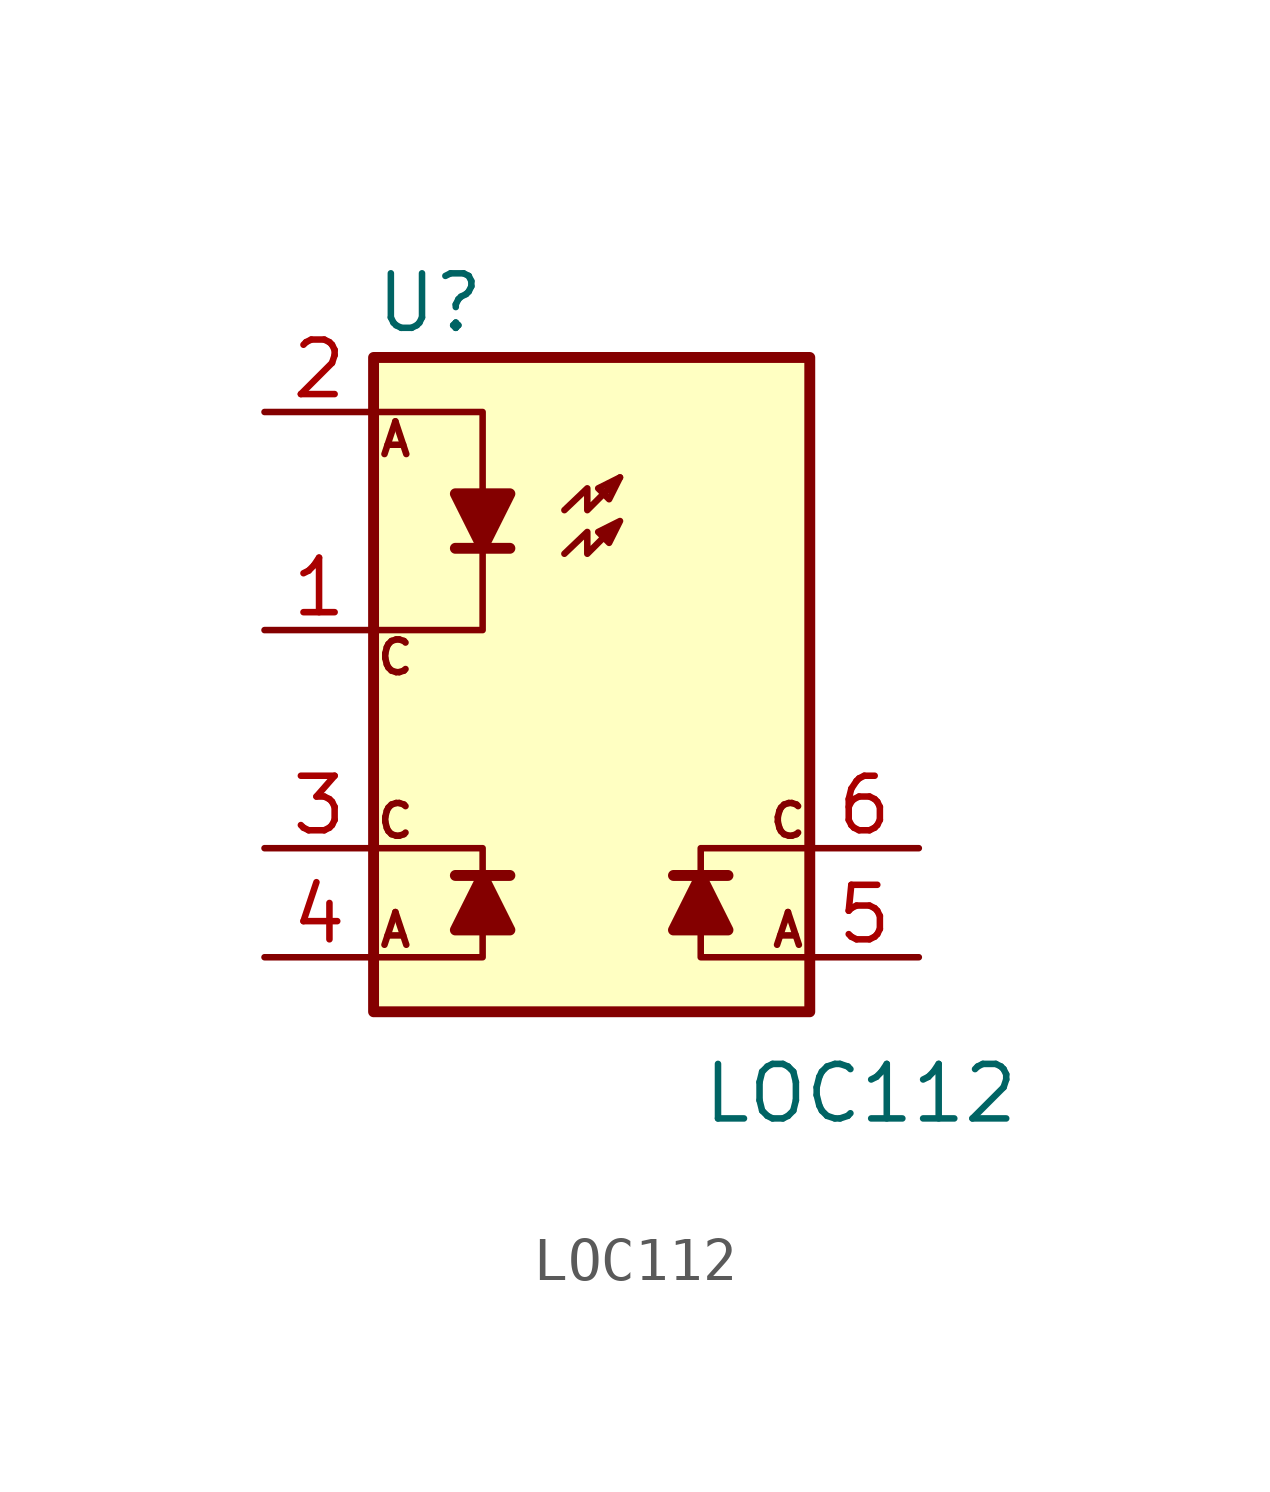
<source format=kicad_sym>
(kicad_symbol_lib
  (version 20220914)
  (generator kicad_symbol_editor)
  (symbol "LOC112"
    (pin_names
      (offset 1.016))
    (property "Reference" "U"
      (at -5.08 8.89 0)
      (effects (font (size 1.27 1.27)) (justify left)))
    (property "Value" "LOC112"
      (at 2.54 -9.525 0)
      (effects (font (size 1.27 1.27)) (justify left)))
    (symbol "LOC112_0_0"
      (text "A" (at -4.572 -5.715 0) (effects (font (size 0.762 0.762))))
      (text "A" (at -4.572 5.715 0) (effects (font (size 0.762 0.762))))
      (text "A" (at 4.572 -5.715 0) (effects (font (size 0.762 0.762))))
      (text "C" (at -4.572 -3.175 0) (effects (font (size 0.762 0.762))))
      (text "C" (at -4.572 0.635 0) (effects (font (size 0.762 0.762))))
      (text "C" (at 4.572 -3.175 0) (effects (font (size 0.762 0.762)))))
    (symbol "LOC112_0_1"
      (rectangle (start -5.08 7.62) (end 5.08 -7.62) (stroke (width 0.254) (type solid)) (fill (type background)))
      (polyline (pts (xy -3.175 3.175) (xy -1.905 3.175)) (stroke (width 0.254) (type solid)) (fill (type none)))
      (polyline (pts (xy -1.905 -4.445) (xy -3.175 -4.445)) (stroke (width 0.254) (type solid)) (fill (type none)))
      (polyline (pts (xy 1.905 -4.445) (xy 3.175 -4.445)) (stroke (width 0.254) (type solid)) (fill (type none)))
      (polyline (pts (xy -5.08 -6.35) (xy -2.54 -6.35) (xy -2.54 -5.715)) (stroke (width 0) (type solid)) (fill (type none)))
      (polyline (pts (xy -5.08 -3.81) (xy -2.54 -3.81) (xy -2.54 -4.445)) (stroke (width 0) (type solid)) (fill (type none)))
      (polyline (pts (xy -5.08 6.35) (xy -2.54 6.35) (xy -2.54 4.445)) (stroke (width 0) (type solid)) (fill (type none)))
      (polyline (pts (xy -2.54 3.175) (xy -2.54 1.27) (xy -5.08 1.27)) (stroke (width 0) (type solid)) (fill (type none)))
      (polyline (pts (xy 5.08 -6.35) (xy 2.54 -6.35) (xy 2.54 -5.715)) (stroke (width 0) (type solid)) (fill (type none)))
      (polyline (pts (xy 5.08 -3.81) (xy 2.54 -3.81) (xy 2.54 -4.445)) (stroke (width 0) (type solid)) (fill (type none)))
      (polyline (pts (xy -2.54 -4.445) (xy -1.905 -5.715) (xy -3.175 -5.715) (xy -2.54 -4.445)) (stroke (width 0.254) (type solid)) (fill (type outline)))
      (polyline (pts (xy -2.54 3.175) (xy -3.175 4.445) (xy -1.905 4.445) (xy -2.54 3.175)) (stroke (width 0.254) (type solid)) (fill (type outline)))
      (polyline (pts (xy -0.635 4.064) (xy -0.102 4.572) (xy -0.102 4.064) (xy 0.66 4.826)) (stroke (width 0) (type solid)) (fill (type none)))
      (polyline (pts (xy 0.66 4.826) (xy 0.152 4.572) (xy 0.406 4.318) (xy 0.66 4.826)) (stroke (width 0) (type solid)) (fill (type none)))
      (polyline (pts (xy 2.54 -4.445) (xy 1.905 -5.715) (xy 3.175 -5.715) (xy 2.54 -4.445)) (stroke (width 0.254) (type solid)) (fill (type outline)))
      (polyline (pts (xy -0.635 3.048) (xy -0.102 3.556) (xy -0.102 3.048) (xy 0.66 3.81) (xy 0.152 3.556) (xy 0.406 3.302) (xy 0.66 3.81)) (stroke (width 0) (type solid)) (fill (type none))))
    (symbol "LOC112_1_1"
      (pin passive line (at -7.62 1.27 0) (length 2.54) (name "~" (effects (font (size 1.27 1.27)))) (number "1" (effects (font (size 1.27 1.27)))))
      (pin passive line (at -7.62 6.35 0) (length 2.54) (name "~" (effects (font (size 1.27 1.27)))) (number "2" (effects (font (size 1.27 1.27)))))
      (pin passive line (at -7.62 -3.81 0) (length 2.54) (name "~" (effects (font (size 1.27 1.27)))) (number "3" (effects (font (size 1.27 1.27)))))
      (pin passive line (at -7.62 -6.35 0) (length 2.54) (name "~" (effects (font (size 1.27 1.27)))) (number "4" (effects (font (size 1.27 1.27)))))
      (pin passive line (at 7.62 -6.35 180) (length 2.54) (name "~" (effects (font (size 1.27 1.27)))) (number "5" (effects (font (size 1.27 1.27)))))
      (pin passive line (at 7.62 -3.81 180) (length 2.54) (name "~" (effects (font (size 1.27 1.27)))) (number "6" (effects (font (size 1.27 1.27))))))))
</source>
